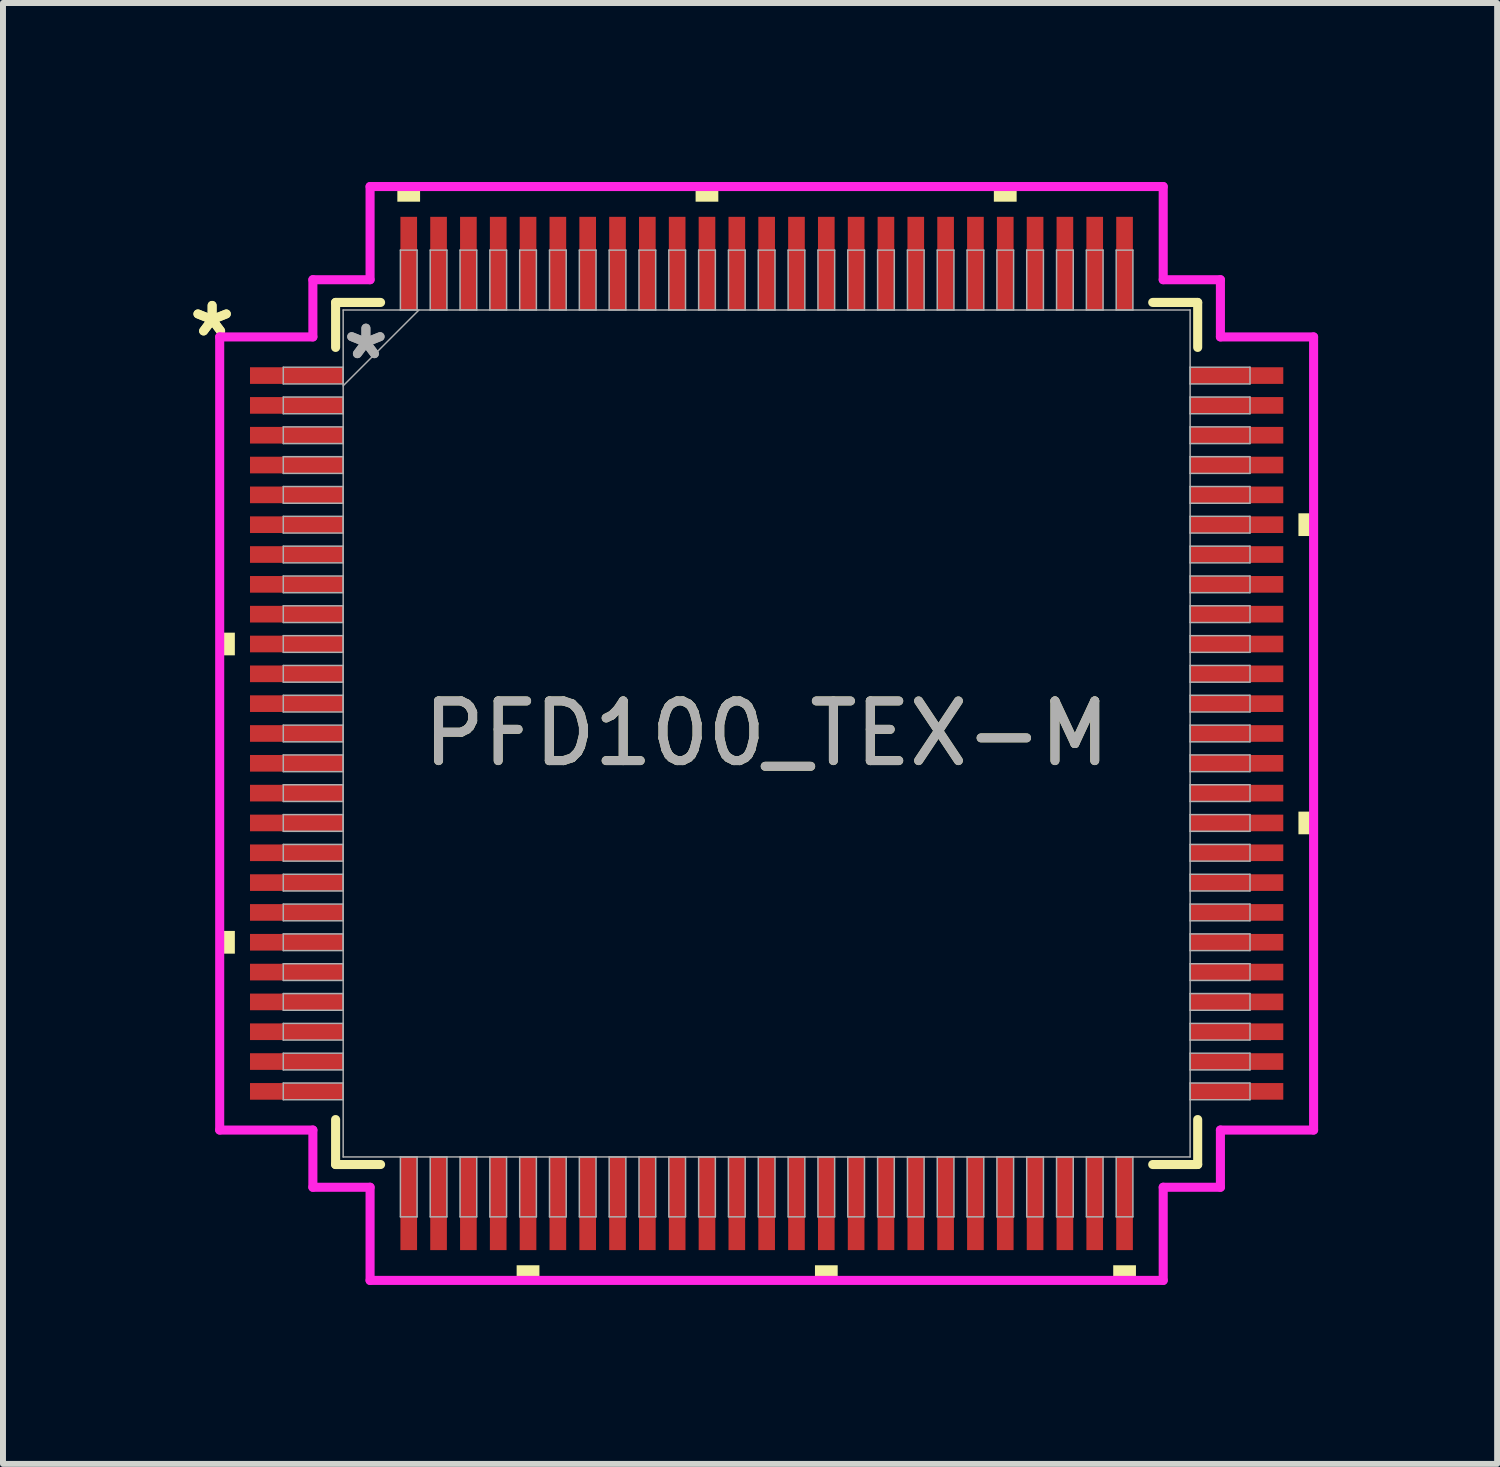
<source format=kicad_pcb>
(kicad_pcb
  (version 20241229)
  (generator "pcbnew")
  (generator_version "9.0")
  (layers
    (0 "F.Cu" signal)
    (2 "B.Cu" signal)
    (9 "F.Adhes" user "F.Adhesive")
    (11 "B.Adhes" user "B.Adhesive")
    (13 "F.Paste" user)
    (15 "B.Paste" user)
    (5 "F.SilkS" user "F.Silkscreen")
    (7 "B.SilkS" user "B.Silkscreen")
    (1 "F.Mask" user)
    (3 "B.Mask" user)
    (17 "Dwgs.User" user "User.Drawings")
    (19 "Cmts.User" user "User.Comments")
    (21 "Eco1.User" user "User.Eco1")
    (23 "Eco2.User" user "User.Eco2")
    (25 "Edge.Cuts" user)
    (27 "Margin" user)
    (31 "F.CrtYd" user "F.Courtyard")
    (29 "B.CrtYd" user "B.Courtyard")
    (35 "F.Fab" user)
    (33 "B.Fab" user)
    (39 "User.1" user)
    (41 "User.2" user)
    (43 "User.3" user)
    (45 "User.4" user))
  (footprint "PFD100_TEX-M"
    (layer "F.Cu")
    (at 9.802 9.246)
    (property "Reference" "PFD100_TEX-M" (at 0 0 0) (unlocked yes) (layer "F.SilkS") (effects (font (size 1 1) (thickness 0.15))))
    (attr smd)
    (fp_line (start -7.226 -7.226) (end -7.226 -6.472) (stroke (width 0.152) (type solid)) (layer "F.SilkS"))
    (fp_line (start -7.226 6.472) (end -7.226 7.226) (stroke (width 0.152) (type solid)) (layer "F.SilkS"))
    (fp_line (start -7.226 7.226) (end -6.472 7.226) (stroke (width 0.152) (type solid)) (layer "F.SilkS"))
    (fp_line (start -6.472 -7.226) (end -7.226 -7.226) (stroke (width 0.152) (type solid)) (layer "F.SilkS"))
    (fp_line (start 6.472 7.226) (end 7.226 7.226) (stroke (width 0.152) (type solid)) (layer "F.SilkS"))
    (fp_line (start 7.226 -7.226) (end 6.472 -7.226) (stroke (width 0.152) (type solid)) (layer "F.SilkS"))
    (fp_line (start 7.226 -6.472) (end 7.226 -7.226) (stroke (width 0.152) (type solid)) (layer "F.SilkS"))
    (fp_line (start 7.226 7.226) (end 7.226 6.472) (stroke (width 0.152) (type solid)) (layer "F.SilkS"))
    (fp_poly (pts (xy -9.169 -1.69) (xy -9.169 -1.31) (xy -8.915 -1.31) (xy -8.915 -1.69)) (stroke (width 0) (type solid)) (fill yes) (layer "F.SilkS"))
    (fp_poly (pts (xy -9.169 3.31) (xy -9.169 3.691) (xy -8.915 3.691) (xy -8.915 3.31)) (stroke (width 0) (type solid)) (fill yes) (layer "F.SilkS"))
    (fp_poly (pts (xy -6.191 -8.915) (xy -6.191 -9.169) (xy -5.81 -9.169) (xy -5.81 -8.915)) (stroke (width 0) (type solid)) (fill yes) (layer "F.SilkS"))
    (fp_poly (pts (xy -4.191 8.915) (xy -4.191 9.169) (xy -3.809 9.169) (xy -3.809 8.915)) (stroke (width 0) (type solid)) (fill yes) (layer "F.SilkS"))
    (fp_poly (pts (xy -1.191 -8.915) (xy -1.191 -9.169) (xy -0.81 -9.169) (xy -0.81 -8.915)) (stroke (width 0) (type solid)) (fill yes) (layer "F.SilkS"))
    (fp_poly (pts (xy 0.81 8.915) (xy 0.81 9.169) (xy 1.191 9.169) (xy 1.191 8.915)) (stroke (width 0) (type solid)) (fill yes) (layer "F.SilkS"))
    (fp_poly (pts (xy 3.809 -8.915) (xy 3.809 -9.169) (xy 4.191 -9.169) (xy 4.191 -8.915)) (stroke (width 0) (type solid)) (fill yes) (layer "F.SilkS"))
    (fp_poly (pts (xy 5.81 8.915) (xy 5.81 9.169) (xy 6.191 9.169) (xy 6.191 8.915)) (stroke (width 0) (type solid)) (fill yes) (layer "F.SilkS"))
    (fp_poly (pts (xy 9.169 -3.691) (xy 9.169 -3.31) (xy 8.915 -3.31) (xy 8.915 -3.691)) (stroke (width 0) (type solid)) (fill yes) (layer "F.SilkS"))
    (fp_poly (pts (xy 9.169 1.31) (xy 9.169 1.69) (xy 8.915 1.69) (xy 8.915 1.31)) (stroke (width 0) (type solid)) (fill yes) (layer "F.SilkS"))
    (fp_line (start -9.169 -6.648) (end -7.607 -6.648) (stroke (width 0.152) (type solid)) (layer "F.CrtYd"))
    (fp_line (start -9.169 6.648) (end -9.169 -6.648) (stroke (width 0.152) (type solid)) (layer "F.CrtYd"))
    (fp_line (start -7.607 -7.607) (end -6.648 -7.607) (stroke (width 0.152) (type solid)) (layer "F.CrtYd"))
    (fp_line (start -7.607 -6.648) (end -7.607 -7.607) (stroke (width 0.152) (type solid)) (layer "F.CrtYd"))
    (fp_line (start -7.607 6.648) (end -9.169 6.648) (stroke (width 0.152) (type solid)) (layer "F.CrtYd"))
    (fp_line (start -7.607 7.607) (end -7.607 6.648) (stroke (width 0.152) (type solid)) (layer "F.CrtYd"))
    (fp_line (start -7.607 7.607) (end -6.648 7.607) (stroke (width 0.152) (type solid)) (layer "F.CrtYd"))
    (fp_line (start -6.648 -9.169) (end 6.648 -9.169) (stroke (width 0.152) (type solid)) (layer "F.CrtYd"))
    (fp_line (start -6.648 -7.607) (end -6.648 -9.169) (stroke (width 0.152) (type solid)) (layer "F.CrtYd"))
    (fp_line (start -6.648 7.607) (end -6.648 9.169) (stroke (width 0.152) (type solid)) (layer "F.CrtYd"))
    (fp_line (start -6.648 9.169) (end 6.648 9.169) (stroke (width 0.152) (type solid)) (layer "F.CrtYd"))
    (fp_line (start 6.648 -9.169) (end 6.648 -7.607) (stroke (width 0.152) (type solid)) (layer "F.CrtYd"))
    (fp_line (start 6.648 -7.607) (end 7.607 -7.607) (stroke (width 0.152) (type solid)) (layer "F.CrtYd"))
    (fp_line (start 6.648 7.607) (end 7.607 7.607) (stroke (width 0.152) (type solid)) (layer "F.CrtYd"))
    (fp_line (start 6.648 9.169) (end 6.648 7.607) (stroke (width 0.152) (type solid)) (layer "F.CrtYd"))
    (fp_line (start 7.607 -6.648) (end 7.607 -7.607) (stroke (width 0.152) (type solid)) (layer "F.CrtYd"))
    (fp_line (start 7.607 6.648) (end 9.169 6.648) (stroke (width 0.152) (type solid)) (layer "F.CrtYd"))
    (fp_line (start 7.607 7.607) (end 7.607 6.648) (stroke (width 0.152) (type solid)) (layer "F.CrtYd"))
    (fp_line (start 9.169 -6.648) (end 7.607 -6.648) (stroke (width 0.152) (type solid)) (layer "F.CrtYd"))
    (fp_line (start 9.169 6.648) (end 9.169 -6.648) (stroke (width 0.152) (type solid)) (layer "F.CrtYd"))
    (fp_line (start -8.103 -6.14) (end -8.103 -5.86) (stroke (width 0.025) (type solid)) (layer "F.Fab"))
    (fp_line (start -8.103 -5.86) (end -7.099 -5.86) (stroke (width 0.025) (type solid)) (layer "F.Fab"))
    (fp_line (start -8.103 -5.64) (end -8.103 -5.36) (stroke (width 0.025) (type solid)) (layer "F.Fab"))
    (fp_line (start -8.103 -5.36) (end -7.099 -5.36) (stroke (width 0.025) (type solid)) (layer "F.Fab"))
    (fp_line (start -8.103 -5.14) (end -8.103 -4.86) (stroke (width 0.025) (type solid)) (layer "F.Fab"))
    (fp_line (start -8.103 -4.86) (end -7.099 -4.86) (stroke (width 0.025) (type solid)) (layer "F.Fab"))
    (fp_line (start -8.103 -4.64) (end -8.103 -4.36) (stroke (width 0.025) (type solid)) (layer "F.Fab"))
    (fp_line (start -8.103 -4.36) (end -7.099 -4.36) (stroke (width 0.025) (type solid)) (layer "F.Fab"))
    (fp_line (start -8.103 -4.14) (end -8.103 -3.86) (stroke (width 0.025) (type solid)) (layer "F.Fab"))
    (fp_line (start -8.103 -3.86) (end -7.099 -3.86) (stroke (width 0.025) (type solid)) (layer "F.Fab"))
    (fp_line (start -8.103 -3.64) (end -8.103 -3.36) (stroke (width 0.025) (type solid)) (layer "F.Fab"))
    (fp_line (start -8.103 -3.36) (end -7.099 -3.36) (stroke (width 0.025) (type solid)) (layer "F.Fab"))
    (fp_line (start -8.103 -3.14) (end -8.103 -2.86) (stroke (width 0.025) (type solid)) (layer "F.Fab"))
    (fp_line (start -8.103 -2.86) (end -7.099 -2.86) (stroke (width 0.025) (type solid)) (layer "F.Fab"))
    (fp_line (start -8.103 -2.64) (end -8.103 -2.36) (stroke (width 0.025) (type solid)) (layer "F.Fab"))
    (fp_line (start -8.103 -2.36) (end -7.099 -2.36) (stroke (width 0.025) (type solid)) (layer "F.Fab"))
    (fp_line (start -8.103 -2.14) (end -8.103 -1.86) (stroke (width 0.025) (type solid)) (layer "F.Fab"))
    (fp_line (start -8.103 -1.86) (end -7.099 -1.86) (stroke (width 0.025) (type solid)) (layer "F.Fab"))
    (fp_line (start -8.103 -1.64) (end -8.103 -1.36) (stroke (width 0.025) (type solid)) (layer "F.Fab"))
    (fp_line (start -8.103 -1.36) (end -7.099 -1.36) (stroke (width 0.025) (type solid)) (layer "F.Fab"))
    (fp_line (start -8.103 -1.14) (end -8.103 -0.86) (stroke (width 0.025) (type solid)) (layer "F.Fab"))
    (fp_line (start -8.103 -0.86) (end -7.099 -0.86) (stroke (width 0.025) (type solid)) (layer "F.Fab"))
    (fp_line (start -8.103 -0.64) (end -8.103 -0.36) (stroke (width 0.025) (type solid)) (layer "F.Fab"))
    (fp_line (start -8.103 -0.36) (end -7.099 -0.36) (stroke (width 0.025) (type solid)) (layer "F.Fab"))
    (fp_line (start -8.103 -0.14) (end -8.103 0.14) (stroke (width 0.025) (type solid)) (layer "F.Fab"))
    (fp_line (start -8.103 0.14) (end -7.099 0.14) (stroke (width 0.025) (type solid)) (layer "F.Fab"))
    (fp_line (start -8.103 0.36) (end -8.103 0.64) (stroke (width 0.025) (type solid)) (layer "F.Fab"))
    (fp_line (start -8.103 0.64) (end -7.099 0.64) (stroke (width 0.025) (type solid)) (layer "F.Fab"))
    (fp_line (start -8.103 0.86) (end -8.103 1.14) (stroke (width 0.025) (type solid)) (layer "F.Fab"))
    (fp_line (start -8.103 1.14) (end -7.099 1.14) (stroke (width 0.025) (type solid)) (layer "F.Fab"))
    (fp_line (start -8.103 1.36) (end -8.103 1.64) (stroke (width 0.025) (type solid)) (layer "F.Fab"))
    (fp_line (start -8.103 1.64) (end -7.099 1.64) (stroke (width 0.025) (type solid)) (layer "F.Fab"))
    (fp_line (start -8.103 1.86) (end -8.103 2.14) (stroke (width 0.025) (type solid)) (layer "F.Fab"))
    (fp_line (start -8.103 2.14) (end -7.099 2.14) (stroke (width 0.025) (type solid)) (layer "F.Fab"))
    (fp_line (start -8.103 2.36) (end -8.103 2.64) (stroke (width 0.025) (type solid)) (layer "F.Fab"))
    (fp_line (start -8.103 2.64) (end -7.099 2.64) (stroke (width 0.025) (type solid)) (layer "F.Fab"))
    (fp_line (start -8.103 2.86) (end -8.103 3.14) (stroke (width 0.025) (type solid)) (layer "F.Fab"))
    (fp_line (start -8.103 3.14) (end -7.099 3.14) (stroke (width 0.025) (type solid)) (layer "F.Fab"))
    (fp_line (start -8.103 3.36) (end -8.103 3.64) (stroke (width 0.025) (type solid)) (layer "F.Fab"))
    (fp_line (start -8.103 3.64) (end -7.099 3.64) (stroke (width 0.025) (type solid)) (layer "F.Fab"))
    (fp_line (start -8.103 3.86) (end -8.103 4.14) (stroke (width 0.025) (type solid)) (layer "F.Fab"))
    (fp_line (start -8.103 4.14) (end -7.099 4.14) (stroke (width 0.025) (type solid)) (layer "F.Fab"))
    (fp_line (start -8.103 4.36) (end -8.103 4.64) (stroke (width 0.025) (type solid)) (layer "F.Fab"))
    (fp_line (start -8.103 4.64) (end -7.099 4.64) (stroke (width 0.025) (type solid)) (layer "F.Fab"))
    (fp_line (start -8.103 4.86) (end -8.103 5.14) (stroke (width 0.025) (type solid)) (layer "F.Fab"))
    (fp_line (start -8.103 5.14) (end -7.099 5.14) (stroke (width 0.025) (type solid)) (layer "F.Fab"))
    (fp_line (start -8.103 5.36) (end -8.103 5.64) (stroke (width 0.025) (type solid)) (layer "F.Fab"))
    (fp_line (start -8.103 5.64) (end -7.099 5.64) (stroke (width 0.025) (type solid)) (layer "F.Fab"))
    (fp_line (start -8.103 5.86) (end -8.103 6.14) (stroke (width 0.025) (type solid)) (layer "F.Fab"))
    (fp_line (start -8.103 6.14) (end -7.099 6.14) (stroke (width 0.025) (type solid)) (layer "F.Fab"))
    (fp_line (start -7.099 -7.099) (end -7.099 7.099) (stroke (width 0.025) (type solid)) (layer "F.Fab"))
    (fp_line (start -7.099 -6.14) (end -8.103 -6.14) (stroke (width 0.025) (type solid)) (layer "F.Fab"))
    (fp_line (start -7.099 -5.86) (end -7.099 -6.14) (stroke (width 0.025) (type solid)) (layer "F.Fab"))
    (fp_line (start -7.099 -5.829) (end -5.829 -7.099) (stroke (width 0.025) (type solid)) (layer "F.Fab"))
    (fp_line (start -7.099 -5.64) (end -8.103 -5.64) (stroke (width 0.025) (type solid)) (layer "F.Fab"))
    (fp_line (start -7.099 -5.36) (end -7.099 -5.64) (stroke (width 0.025) (type solid)) (layer "F.Fab"))
    (fp_line (start -7.099 -5.14) (end -8.103 -5.14) (stroke (width 0.025) (type solid)) (layer "F.Fab"))
    (fp_line (start -7.099 -4.86) (end -7.099 -5.14) (stroke (width 0.025) (type solid)) (layer "F.Fab"))
    (fp_line (start -7.099 -4.64) (end -8.103 -4.64) (stroke (width 0.025) (type solid)) (layer "F.Fab"))
    (fp_line (start -7.099 -4.36) (end -7.099 -4.64) (stroke (width 0.025) (type solid)) (layer "F.Fab"))
    (fp_line (start -7.099 -4.14) (end -8.103 -4.14) (stroke (width 0.025) (type solid)) (layer "F.Fab"))
    (fp_line (start -7.099 -3.86) (end -7.099 -4.14) (stroke (width 0.025) (type solid)) (layer "F.Fab"))
    (fp_line (start -7.099 -3.64) (end -8.103 -3.64) (stroke (width 0.025) (type solid)) (layer "F.Fab"))
    (fp_line (start -7.099 -3.36) (end -7.099 -3.64) (stroke (width 0.025) (type solid)) (layer "F.Fab"))
    (fp_line (start -7.099 -3.14) (end -8.103 -3.14) (stroke (width 0.025) (type solid)) (layer "F.Fab"))
    (fp_line (start -7.099 -2.86) (end -7.099 -3.14) (stroke (width 0.025) (type solid)) (layer "F.Fab"))
    (fp_line (start -7.099 -2.64) (end -8.103 -2.64) (stroke (width 0.025) (type solid)) (layer "F.Fab"))
    (fp_line (start -7.099 -2.36) (end -7.099 -2.64) (stroke (width 0.025) (type solid)) (layer "F.Fab"))
    (fp_line (start -7.099 -2.14) (end -8.103 -2.14) (stroke (width 0.025) (type solid)) (layer "F.Fab"))
    (fp_line (start -7.099 -1.86) (end -7.099 -2.14) (stroke (width 0.025) (type solid)) (layer "F.Fab"))
    (fp_line (start -7.099 -1.64) (end -8.103 -1.64) (stroke (width 0.025) (type solid)) (layer "F.Fab"))
    (fp_line (start -7.099 -1.36) (end -7.099 -1.64) (stroke (width 0.025) (type solid)) (layer "F.Fab"))
    (fp_line (start -7.099 -1.14) (end -8.103 -1.14) (stroke (width 0.025) (type solid)) (layer "F.Fab"))
    (fp_line (start -7.099 -0.86) (end -7.099 -1.14) (stroke (width 0.025) (type solid)) (layer "F.Fab"))
    (fp_line (start -7.099 -0.64) (end -8.103 -0.64) (stroke (width 0.025) (type solid)) (layer "F.Fab"))
    (fp_line (start -7.099 -0.36) (end -7.099 -0.64) (stroke (width 0.025) (type solid)) (layer "F.Fab"))
    (fp_line (start -7.099 -0.14) (end -8.103 -0.14) (stroke (width 0.025) (type solid)) (layer "F.Fab"))
    (fp_line (start -7.099 0.14) (end -7.099 -0.14) (stroke (width 0.025) (type solid)) (layer "F.Fab"))
    (fp_line (start -7.099 0.36) (end -8.103 0.36) (stroke (width 0.025) (type solid)) (layer "F.Fab"))
    (fp_line (start -7.099 0.64) (end -7.099 0.36) (stroke (width 0.025) (type solid)) (layer "F.Fab"))
    (fp_line (start -7.099 0.86) (end -8.103 0.86) (stroke (width 0.025) (type solid)) (layer "F.Fab"))
    (fp_line (start -7.099 1.14) (end -7.099 0.86) (stroke (width 0.025) (type solid)) (layer "F.Fab"))
    (fp_line (start -7.099 1.36) (end -8.103 1.36) (stroke (width 0.025) (type solid)) (layer "F.Fab"))
    (fp_line (start -7.099 1.64) (end -7.099 1.36) (stroke (width 0.025) (type solid)) (layer "F.Fab"))
    (fp_line (start -7.099 1.86) (end -8.103 1.86) (stroke (width 0.025) (type solid)) (layer "F.Fab"))
    (fp_line (start -7.099 2.14) (end -7.099 1.86) (stroke (width 0.025) (type solid)) (layer "F.Fab"))
    (fp_line (start -7.099 2.36) (end -8.103 2.36) (stroke (width 0.025) (type solid)) (layer "F.Fab"))
    (fp_line (start -7.099 2.64) (end -7.099 2.36) (stroke (width 0.025) (type solid)) (layer "F.Fab"))
    (fp_line (start -7.099 2.86) (end -8.103 2.86) (stroke (width 0.025) (type solid)) (layer "F.Fab"))
    (fp_line (start -7.099 3.14) (end -7.099 2.86) (stroke (width 0.025) (type solid)) (layer "F.Fab"))
    (fp_line (start -7.099 3.36) (end -8.103 3.36) (stroke (width 0.025) (type solid)) (layer "F.Fab"))
    (fp_line (start -7.099 3.64) (end -7.099 3.36) (stroke (width 0.025) (type solid)) (layer "F.Fab"))
    (fp_line (start -7.099 3.86) (end -8.103 3.86) (stroke (width 0.025) (type solid)) (layer "F.Fab"))
    (fp_line (start -7.099 4.14) (end -7.099 3.86) (stroke (width 0.025) (type solid)) (layer "F.Fab"))
    (fp_line (start -7.099 4.36) (end -8.103 4.36) (stroke (width 0.025) (type solid)) (layer "F.Fab"))
    (fp_line (start -7.099 4.64) (end -7.099 4.36) (stroke (width 0.025) (type solid)) (layer "F.Fab"))
    (fp_line (start -7.099 4.86) (end -8.103 4.86) (stroke (width 0.025) (type solid)) (layer "F.Fab"))
    (fp_line (start -7.099 5.14) (end -7.099 4.86) (stroke (width 0.025) (type solid)) (layer "F.Fab"))
    (fp_line (start -7.099 5.36) (end -8.103 5.36) (stroke (width 0.025) (type solid)) (layer "F.Fab"))
    (fp_line (start -7.099 5.64) (end -7.099 5.36) (stroke (width 0.025) (type solid)) (layer "F.Fab"))
    (fp_line (start -7.099 5.86) (end -8.103 5.86) (stroke (width 0.025) (type solid)) (layer "F.Fab"))
    (fp_line (start -7.099 6.14) (end -7.099 5.86) (stroke (width 0.025) (type solid)) (layer "F.Fab"))
    (fp_line (start -7.099 7.099) (end 7.099 7.099) (stroke (width 0.025) (type solid)) (layer "F.Fab"))
    (fp_line (start -6.14 -8.103) (end -6.14 -7.099) (stroke (width 0.025) (type solid)) (layer "F.Fab"))
    (fp_line (start -6.14 -7.099) (end -5.86 -7.099) (stroke (width 0.025) (type solid)) (layer "F.Fab"))
    (fp_line (start -6.14 7.099) (end -6.14 8.103) (stroke (width 0.025) (type solid)) (layer "F.Fab"))
    (fp_line (start -6.14 8.103) (end -5.86 8.103) (stroke (width 0.025) (type solid)) (layer "F.Fab"))
    (fp_line (start -5.86 -8.103) (end -6.14 -8.103) (stroke (width 0.025) (type solid)) (layer "F.Fab"))
    (fp_line (start -5.86 -7.099) (end -5.86 -8.103) (stroke (width 0.025) (type solid)) (layer "F.Fab"))
    (fp_line (start -5.86 7.099) (end -6.14 7.099) (stroke (width 0.025) (type solid)) (layer "F.Fab"))
    (fp_line (start -5.86 8.103) (end -5.86 7.099) (stroke (width 0.025) (type solid)) (layer "F.Fab"))
    (fp_line (start -5.64 -8.103) (end -5.64 -7.099) (stroke (width 0.025) (type solid)) (layer "F.Fab"))
    (fp_line (start -5.64 -7.099) (end -5.36 -7.099) (stroke (width 0.025) (type solid)) (layer "F.Fab"))
    (fp_line (start -5.64 7.099) (end -5.64 8.103) (stroke (width 0.025) (type solid)) (layer "F.Fab"))
    (fp_line (start -5.64 8.103) (end -5.36 8.103) (stroke (width 0.025) (type solid)) (layer "F.Fab"))
    (fp_line (start -5.36 -8.103) (end -5.64 -8.103) (stroke (width 0.025) (type solid)) (layer "F.Fab"))
    (fp_line (start -5.36 -7.099) (end -5.36 -8.103) (stroke (width 0.025) (type solid)) (layer "F.Fab"))
    (fp_line (start -5.36 7.099) (end -5.64 7.099) (stroke (width 0.025) (type solid)) (layer "F.Fab"))
    (fp_line (start -5.36 8.103) (end -5.36 7.099) (stroke (width 0.025) (type solid)) (layer "F.Fab"))
    (fp_line (start -5.14 -8.103) (end -5.14 -7.099) (stroke (width 0.025) (type solid)) (layer "F.Fab"))
    (fp_line (start -5.14 -7.099) (end -4.86 -7.099) (stroke (width 0.025) (type solid)) (layer "F.Fab"))
    (fp_line (start -5.14 7.099) (end -5.14 8.103) (stroke (width 0.025) (type solid)) (layer "F.Fab"))
    (fp_line (start -5.14 8.103) (end -4.86 8.103) (stroke (width 0.025) (type solid)) (layer "F.Fab"))
    (fp_line (start -4.86 -8.103) (end -5.14 -8.103) (stroke (width 0.025) (type solid)) (layer "F.Fab"))
    (fp_line (start -4.86 -7.099) (end -4.86 -8.103) (stroke (width 0.025) (type solid)) (layer "F.Fab"))
    (fp_line (start -4.86 7.099) (end -5.14 7.099) (stroke (width 0.025) (type solid)) (layer "F.Fab"))
    (fp_line (start -4.86 8.103) (end -4.86 7.099) (stroke (width 0.025) (type solid)) (layer "F.Fab"))
    (fp_line (start -4.64 -8.103) (end -4.64 -7.099) (stroke (width 0.025) (type solid)) (layer "F.Fab"))
    (fp_line (start -4.64 -7.099) (end -4.36 -7.099) (stroke (width 0.025) (type solid)) (layer "F.Fab"))
    (fp_line (start -4.64 7.099) (end -4.64 8.103) (stroke (width 0.025) (type solid)) (layer "F.Fab"))
    (fp_line (start -4.64 8.103) (end -4.36 8.103) (stroke (width 0.025) (type solid)) (layer "F.Fab"))
    (fp_line (start -4.36 -8.103) (end -4.64 -8.103) (stroke (width 0.025) (type solid)) (layer "F.Fab"))
    (fp_line (start -4.36 -7.099) (end -4.36 -8.103) (stroke (width 0.025) (type solid)) (layer "F.Fab"))
    (fp_line (start -4.36 7.099) (end -4.64 7.099) (stroke (width 0.025) (type solid)) (layer "F.Fab"))
    (fp_line (start -4.36 8.103) (end -4.36 7.099) (stroke (width 0.025) (type solid)) (layer "F.Fab"))
    (fp_line (start -4.14 -8.103) (end -4.14 -7.099) (stroke (width 0.025) (type solid)) (layer "F.Fab"))
    (fp_line (start -4.14 -7.099) (end -3.86 -7.099) (stroke (width 0.025) (type solid)) (layer "F.Fab"))
    (fp_line (start -4.14 7.099) (end -4.14 8.103) (stroke (width 0.025) (type solid)) (layer "F.Fab"))
    (fp_line (start -4.14 8.103) (end -3.86 8.103) (stroke (width 0.025) (type solid)) (layer "F.Fab"))
    (fp_line (start -3.86 -8.103) (end -4.14 -8.103) (stroke (width 0.025) (type solid)) (layer "F.Fab"))
    (fp_line (start -3.86 -7.099) (end -3.86 -8.103) (stroke (width 0.025) (type solid)) (layer "F.Fab"))
    (fp_line (start -3.86 7.099) (end -4.14 7.099) (stroke (width 0.025) (type solid)) (layer "F.Fab"))
    (fp_line (start -3.86 8.103) (end -3.86 7.099) (stroke (width 0.025) (type solid)) (layer "F.Fab"))
    (fp_line (start -3.64 -8.103) (end -3.64 -7.099) (stroke (width 0.025) (type solid)) (layer "F.Fab"))
    (fp_line (start -3.64 -7.099) (end -3.36 -7.099) (stroke (width 0.025) (type solid)) (layer "F.Fab"))
    (fp_line (start -3.64 7.099) (end -3.64 8.103) (stroke (width 0.025) (type solid)) (layer "F.Fab"))
    (fp_line (start -3.64 8.103) (end -3.36 8.103) (stroke (width 0.025) (type solid)) (layer "F.Fab"))
    (fp_line (start -3.36 -8.103) (end -3.64 -8.103) (stroke (width 0.025) (type solid)) (layer "F.Fab"))
    (fp_line (start -3.36 -7.099) (end -3.36 -8.103) (stroke (width 0.025) (type solid)) (layer "F.Fab"))
    (fp_line (start -3.36 7.099) (end -3.64 7.099) (stroke (width 0.025) (type solid)) (layer "F.Fab"))
    (fp_line (start -3.36 8.103) (end -3.36 7.099) (stroke (width 0.025) (type solid)) (layer "F.Fab"))
    (fp_line (start -3.14 -8.103) (end -3.14 -7.099) (stroke (width 0.025) (type solid)) (layer "F.Fab"))
    (fp_line (start -3.14 -7.099) (end -2.86 -7.099) (stroke (width 0.025) (type solid)) (layer "F.Fab"))
    (fp_line (start -3.14 7.099) (end -3.14 8.103) (stroke (width 0.025) (type solid)) (layer "F.Fab"))
    (fp_line (start -3.14 8.103) (end -2.86 8.103) (stroke (width 0.025) (type solid)) (layer "F.Fab"))
    (fp_line (start -2.86 -8.103) (end -3.14 -8.103) (stroke (width 0.025) (type solid)) (layer "F.Fab"))
    (fp_line (start -2.86 -7.099) (end -2.86 -8.103) (stroke (width 0.025) (type solid)) (layer "F.Fab"))
    (fp_line (start -2.86 7.099) (end -3.14 7.099) (stroke (width 0.025) (type solid)) (layer "F.Fab"))
    (fp_line (start -2.86 8.103) (end -2.86 7.099) (stroke (width 0.025) (type solid)) (layer "F.Fab"))
    (fp_line (start -2.64 -8.103) (end -2.64 -7.099) (stroke (width 0.025) (type solid)) (layer "F.Fab"))
    (fp_line (start -2.64 -7.099) (end -2.36 -7.099) (stroke (width 0.025) (type solid)) (layer "F.Fab"))
    (fp_line (start -2.64 7.099) (end -2.64 8.103) (stroke (width 0.025) (type solid)) (layer "F.Fab"))
    (fp_line (start -2.64 8.103) (end -2.36 8.103) (stroke (width 0.025) (type solid)) (layer "F.Fab"))
    (fp_line (start -2.36 -8.103) (end -2.64 -8.103) (stroke (width 0.025) (type solid)) (layer "F.Fab"))
    (fp_line (start -2.36 -7.099) (end -2.36 -8.103) (stroke (width 0.025) (type solid)) (layer "F.Fab"))
    (fp_line (start -2.36 7.099) (end -2.64 7.099) (stroke (width 0.025) (type solid)) (layer "F.Fab"))
    (fp_line (start -2.36 8.103) (end -2.36 7.099) (stroke (width 0.025) (type solid)) (layer "F.Fab"))
    (fp_line (start -2.14 -8.103) (end -2.14 -7.099) (stroke (width 0.025) (type solid)) (layer "F.Fab"))
    (fp_line (start -2.14 -7.099) (end -1.86 -7.099) (stroke (width 0.025) (type solid)) (layer "F.Fab"))
    (fp_line (start -2.14 7.099) (end -2.14 8.103) (stroke (width 0.025) (type solid)) (layer "F.Fab"))
    (fp_line (start -2.14 8.103) (end -1.86 8.103) (stroke (width 0.025) (type solid)) (layer "F.Fab"))
    (fp_line (start -1.86 -8.103) (end -2.14 -8.103) (stroke (width 0.025) (type solid)) (layer "F.Fab"))
    (fp_line (start -1.86 -7.099) (end -1.86 -8.103) (stroke (width 0.025) (type solid)) (layer "F.Fab"))
    (fp_line (start -1.86 7.099) (end -2.14 7.099) (stroke (width 0.025) (type solid)) (layer "F.Fab"))
    (fp_line (start -1.86 8.103) (end -1.86 7.099) (stroke (width 0.025) (type solid)) (layer "F.Fab"))
    (fp_line (start -1.64 -8.103) (end -1.64 -7.099) (stroke (width 0.025) (type solid)) (layer "F.Fab"))
    (fp_line (start -1.64 -7.099) (end -1.36 -7.099) (stroke (width 0.025) (type solid)) (layer "F.Fab"))
    (fp_line (start -1.64 7.099) (end -1.64 8.103) (stroke (width 0.025) (type solid)) (layer "F.Fab"))
    (fp_line (start -1.64 8.103) (end -1.36 8.103) (stroke (width 0.025) (type solid)) (layer "F.Fab"))
    (fp_line (start -1.36 -8.103) (end -1.64 -8.103) (stroke (width 0.025) (type solid)) (layer "F.Fab"))
    (fp_line (start -1.36 -7.099) (end -1.36 -8.103) (stroke (width 0.025) (type solid)) (layer "F.Fab"))
    (fp_line (start -1.36 7.099) (end -1.64 7.099) (stroke (width 0.025) (type solid)) (layer "F.Fab"))
    (fp_line (start -1.36 8.103) (end -1.36 7.099) (stroke (width 0.025) (type solid)) (layer "F.Fab"))
    (fp_line (start -1.14 -8.103) (end -1.14 -7.099) (stroke (width 0.025) (type solid)) (layer "F.Fab"))
    (fp_line (start -1.14 -7.099) (end -0.86 -7.099) (stroke (width 0.025) (type solid)) (layer "F.Fab"))
    (fp_line (start -1.14 7.099) (end -1.14 8.103) (stroke (width 0.025) (type solid)) (layer "F.Fab"))
    (fp_line (start -1.14 8.103) (end -0.86 8.103) (stroke (width 0.025) (type solid)) (layer "F.Fab"))
    (fp_line (start -0.86 -8.103) (end -1.14 -8.103) (stroke (width 0.025) (type solid)) (layer "F.Fab"))
    (fp_line (start -0.86 -7.099) (end -0.86 -8.103) (stroke (width 0.025) (type solid)) (layer "F.Fab"))
    (fp_line (start -0.86 7.099) (end -1.14 7.099) (stroke (width 0.025) (type solid)) (layer "F.Fab"))
    (fp_line (start -0.86 8.103) (end -0.86 7.099) (stroke (width 0.025) (type solid)) (layer "F.Fab"))
    (fp_line (start -0.64 -8.103) (end -0.64 -7.099) (stroke (width 0.025) (type solid)) (layer "F.Fab"))
    (fp_line (start -0.64 -7.099) (end -0.36 -7.099) (stroke (width 0.025) (type solid)) (layer "F.Fab"))
    (fp_line (start -0.64 7.099) (end -0.64 8.103) (stroke (width 0.025) (type solid)) (layer "F.Fab"))
    (fp_line (start -0.64 8.103) (end -0.36 8.103) (stroke (width 0.025) (type solid)) (layer "F.Fab"))
    (fp_line (start -0.36 -8.103) (end -0.64 -8.103) (stroke (width 0.025) (type solid)) (layer "F.Fab"))
    (fp_line (start -0.36 -7.099) (end -0.36 -8.103) (stroke (width 0.025) (type solid)) (layer "F.Fab"))
    (fp_line (start -0.36 7.099) (end -0.64 7.099) (stroke (width 0.025) (type solid)) (layer "F.Fab"))
    (fp_line (start -0.36 8.103) (end -0.36 7.099) (stroke (width 0.025) (type solid)) (layer "F.Fab"))
    (fp_line (start -0.14 -8.103) (end -0.14 -7.099) (stroke (width 0.025) (type solid)) (layer "F.Fab"))
    (fp_line (start -0.14 -7.099) (end 0.14 -7.099) (stroke (width 0.025) (type solid)) (layer "F.Fab"))
    (fp_line (start -0.14 7.099) (end -0.14 8.103) (stroke (width 0.025) (type solid)) (layer "F.Fab"))
    (fp_line (start -0.14 8.103) (end 0.14 8.103) (stroke (width 0.025) (type solid)) (layer "F.Fab"))
    (fp_line (start 0.14 -8.103) (end -0.14 -8.103) (stroke (width 0.025) (type solid)) (layer "F.Fab"))
    (fp_line (start 0.14 -7.099) (end 0.14 -8.103) (stroke (width 0.025) (type solid)) (layer "F.Fab"))
    (fp_line (start 0.14 7.099) (end -0.14 7.099) (stroke (width 0.025) (type solid)) (layer "F.Fab"))
    (fp_line (start 0.14 8.103) (end 0.14 7.099) (stroke (width 0.025) (type solid)) (layer "F.Fab"))
    (fp_line (start 0.36 -8.103) (end 0.36 -7.099) (stroke (width 0.025) (type solid)) (layer "F.Fab"))
    (fp_line (start 0.36 -7.099) (end 0.64 -7.099) (stroke (width 0.025) (type solid)) (layer "F.Fab"))
    (fp_line (start 0.36 7.099) (end 0.36 8.103) (stroke (width 0.025) (type solid)) (layer "F.Fab"))
    (fp_line (start 0.36 8.103) (end 0.64 8.103) (stroke (width 0.025) (type solid)) (layer "F.Fab"))
    (fp_line (start 0.64 -8.103) (end 0.36 -8.103) (stroke (width 0.025) (type solid)) (layer "F.Fab"))
    (fp_line (start 0.64 -7.099) (end 0.64 -8.103) (stroke (width 0.025) (type solid)) (layer "F.Fab"))
    (fp_line (start 0.64 7.099) (end 0.36 7.099) (stroke (width 0.025) (type solid)) (layer "F.Fab"))
    (fp_line (start 0.64 8.103) (end 0.64 7.099) (stroke (width 0.025) (type solid)) (layer "F.Fab"))
    (fp_line (start 0.86 -8.103) (end 0.86 -7.099) (stroke (width 0.025) (type solid)) (layer "F.Fab"))
    (fp_line (start 0.86 -7.099) (end 1.14 -7.099) (stroke (width 0.025) (type solid)) (layer "F.Fab"))
    (fp_line (start 0.86 7.099) (end 0.86 8.103) (stroke (width 0.025) (type solid)) (layer "F.Fab"))
    (fp_line (start 0.86 8.103) (end 1.14 8.103) (stroke (width 0.025) (type solid)) (layer "F.Fab"))
    (fp_line (start 1.14 -8.103) (end 0.86 -8.103) (stroke (width 0.025) (type solid)) (layer "F.Fab"))
    (fp_line (start 1.14 -7.099) (end 1.14 -8.103) (stroke (width 0.025) (type solid)) (layer "F.Fab"))
    (fp_line (start 1.14 7.099) (end 0.86 7.099) (stroke (width 0.025) (type solid)) (layer "F.Fab"))
    (fp_line (start 1.14 8.103) (end 1.14 7.099) (stroke (width 0.025) (type solid)) (layer "F.Fab"))
    (fp_line (start 1.36 -8.103) (end 1.36 -7.099) (stroke (width 0.025) (type solid)) (layer "F.Fab"))
    (fp_line (start 1.36 -7.099) (end 1.64 -7.099) (stroke (width 0.025) (type solid)) (layer "F.Fab"))
    (fp_line (start 1.36 7.099) (end 1.36 8.103) (stroke (width 0.025) (type solid)) (layer "F.Fab"))
    (fp_line (start 1.36 8.103) (end 1.64 8.103) (stroke (width 0.025) (type solid)) (layer "F.Fab"))
    (fp_line (start 1.64 -8.103) (end 1.36 -8.103) (stroke (width 0.025) (type solid)) (layer "F.Fab"))
    (fp_line (start 1.64 -7.099) (end 1.64 -8.103) (stroke (width 0.025) (type solid)) (layer "F.Fab"))
    (fp_line (start 1.64 7.099) (end 1.36 7.099) (stroke (width 0.025) (type solid)) (layer "F.Fab"))
    (fp_line (start 1.64 8.103) (end 1.64 7.099) (stroke (width 0.025) (type solid)) (layer "F.Fab"))
    (fp_line (start 1.86 -8.103) (end 1.86 -7.099) (stroke (width 0.025) (type solid)) (layer "F.Fab"))
    (fp_line (start 1.86 -7.099) (end 2.14 -7.099) (stroke (width 0.025) (type solid)) (layer "F.Fab"))
    (fp_line (start 1.86 7.099) (end 1.86 8.103) (stroke (width 0.025) (type solid)) (layer "F.Fab"))
    (fp_line (start 1.86 8.103) (end 2.14 8.103) (stroke (width 0.025) (type solid)) (layer "F.Fab"))
    (fp_line (start 2.14 -8.103) (end 1.86 -8.103) (stroke (width 0.025) (type solid)) (layer "F.Fab"))
    (fp_line (start 2.14 -7.099) (end 2.14 -8.103) (stroke (width 0.025) (type solid)) (layer "F.Fab"))
    (fp_line (start 2.14 7.099) (end 1.86 7.099) (stroke (width 0.025) (type solid)) (layer "F.Fab"))
    (fp_line (start 2.14 8.103) (end 2.14 7.099) (stroke (width 0.025) (type solid)) (layer "F.Fab"))
    (fp_line (start 2.36 -8.103) (end 2.36 -7.099) (stroke (width 0.025) (type solid)) (layer "F.Fab"))
    (fp_line (start 2.36 -7.099) (end 2.64 -7.099) (stroke (width 0.025) (type solid)) (layer "F.Fab"))
    (fp_line (start 2.36 7.099) (end 2.36 8.103) (stroke (width 0.025) (type solid)) (layer "F.Fab"))
    (fp_line (start 2.36 8.103) (end 2.64 8.103) (stroke (width 0.025) (type solid)) (layer "F.Fab"))
    (fp_line (start 2.64 -8.103) (end 2.36 -8.103) (stroke (width 0.025) (type solid)) (layer "F.Fab"))
    (fp_line (start 2.64 -7.099) (end 2.64 -8.103) (stroke (width 0.025) (type solid)) (layer "F.Fab"))
    (fp_line (start 2.64 7.099) (end 2.36 7.099) (stroke (width 0.025) (type solid)) (layer "F.Fab"))
    (fp_line (start 2.64 8.103) (end 2.64 7.099) (stroke (width 0.025) (type solid)) (layer "F.Fab"))
    (fp_line (start 2.86 -8.103) (end 2.86 -7.099) (stroke (width 0.025) (type solid)) (layer "F.Fab"))
    (fp_line (start 2.86 -7.099) (end 3.14 -7.099) (stroke (width 0.025) (type solid)) (layer "F.Fab"))
    (fp_line (start 2.86 7.099) (end 2.86 8.103) (stroke (width 0.025) (type solid)) (layer "F.Fab"))
    (fp_line (start 2.86 8.103) (end 3.14 8.103) (stroke (width 0.025) (type solid)) (layer "F.Fab"))
    (fp_line (start 3.14 -8.103) (end 2.86 -8.103) (stroke (width 0.025) (type solid)) (layer "F.Fab"))
    (fp_line (start 3.14 -7.099) (end 3.14 -8.103) (stroke (width 0.025) (type solid)) (layer "F.Fab"))
    (fp_line (start 3.14 7.099) (end 2.86 7.099) (stroke (width 0.025) (type solid)) (layer "F.Fab"))
    (fp_line (start 3.14 8.103) (end 3.14 7.099) (stroke (width 0.025) (type solid)) (layer "F.Fab"))
    (fp_line (start 3.36 -8.103) (end 3.36 -7.099) (stroke (width 0.025) (type solid)) (layer "F.Fab"))
    (fp_line (start 3.36 -7.099) (end 3.64 -7.099) (stroke (width 0.025) (type solid)) (layer "F.Fab"))
    (fp_line (start 3.36 7.099) (end 3.36 8.103) (stroke (width 0.025) (type solid)) (layer "F.Fab"))
    (fp_line (start 3.36 8.103) (end 3.64 8.103) (stroke (width 0.025) (type solid)) (layer "F.Fab"))
    (fp_line (start 3.64 -8.103) (end 3.36 -8.103) (stroke (width 0.025) (type solid)) (layer "F.Fab"))
    (fp_line (start 3.64 -7.099) (end 3.64 -8.103) (stroke (width 0.025) (type solid)) (layer "F.Fab"))
    (fp_line (start 3.64 7.099) (end 3.36 7.099) (stroke (width 0.025) (type solid)) (layer "F.Fab"))
    (fp_line (start 3.64 8.103) (end 3.64 7.099) (stroke (width 0.025) (type solid)) (layer "F.Fab"))
    (fp_line (start 3.86 -8.103) (end 3.86 -7.099) (stroke (width 0.025) (type solid)) (layer "F.Fab"))
    (fp_line (start 3.86 -7.099) (end 4.14 -7.099) (stroke (width 0.025) (type solid)) (layer "F.Fab"))
    (fp_line (start 3.86 7.099) (end 3.86 8.103) (stroke (width 0.025) (type solid)) (layer "F.Fab"))
    (fp_line (start 3.86 8.103) (end 4.14 8.103) (stroke (width 0.025) (type solid)) (layer "F.Fab"))
    (fp_line (start 4.14 -8.103) (end 3.86 -8.103) (stroke (width 0.025) (type solid)) (layer "F.Fab"))
    (fp_line (start 4.14 -7.099) (end 4.14 -8.103) (stroke (width 0.025) (type solid)) (layer "F.Fab"))
    (fp_line (start 4.14 7.099) (end 3.86 7.099) (stroke (width 0.025) (type solid)) (layer "F.Fab"))
    (fp_line (start 4.14 8.103) (end 4.14 7.099) (stroke (width 0.025) (type solid)) (layer "F.Fab"))
    (fp_line (start 4.36 -8.103) (end 4.36 -7.099) (stroke (width 0.025) (type solid)) (layer "F.Fab"))
    (fp_line (start 4.36 -7.099) (end 4.64 -7.099) (stroke (width 0.025) (type solid)) (layer "F.Fab"))
    (fp_line (start 4.36 7.099) (end 4.36 8.103) (stroke (width 0.025) (type solid)) (layer "F.Fab"))
    (fp_line (start 4.36 8.103) (end 4.64 8.103) (stroke (width 0.025) (type solid)) (layer "F.Fab"))
    (fp_line (start 4.64 -8.103) (end 4.36 -8.103) (stroke (width 0.025) (type solid)) (layer "F.Fab"))
    (fp_line (start 4.64 -7.099) (end 4.64 -8.103) (stroke (width 0.025) (type solid)) (layer "F.Fab"))
    (fp_line (start 4.64 7.099) (end 4.36 7.099) (stroke (width 0.025) (type solid)) (layer "F.Fab"))
    (fp_line (start 4.64 8.103) (end 4.64 7.099) (stroke (width 0.025) (type solid)) (layer "F.Fab"))
    (fp_line (start 4.86 -8.103) (end 4.86 -7.099) (stroke (width 0.025) (type solid)) (layer "F.Fab"))
    (fp_line (start 4.86 -7.099) (end 5.14 -7.099) (stroke (width 0.025) (type solid)) (layer "F.Fab"))
    (fp_line (start 4.86 7.099) (end 4.86 8.103) (stroke (width 0.025) (type solid)) (layer "F.Fab"))
    (fp_line (start 4.86 8.103) (end 5.14 8.103) (stroke (width 0.025) (type solid)) (layer "F.Fab"))
    (fp_line (start 5.14 -8.103) (end 4.86 -8.103) (stroke (width 0.025) (type solid)) (layer "F.Fab"))
    (fp_line (start 5.14 -7.099) (end 5.14 -8.103) (stroke (width 0.025) (type solid)) (layer "F.Fab"))
    (fp_line (start 5.14 7.099) (end 4.86 7.099) (stroke (width 0.025) (type solid)) (layer "F.Fab"))
    (fp_line (start 5.14 8.103) (end 5.14 7.099) (stroke (width 0.025) (type solid)) (layer "F.Fab"))
    (fp_line (start 5.36 -8.103) (end 5.36 -7.099) (stroke (width 0.025) (type solid)) (layer "F.Fab"))
    (fp_line (start 5.36 -7.099) (end 5.64 -7.099) (stroke (width 0.025) (type solid)) (layer "F.Fab"))
    (fp_line (start 5.36 7.099) (end 5.36 8.103) (stroke (width 0.025) (type solid)) (layer "F.Fab"))
    (fp_line (start 5.36 8.103) (end 5.64 8.103) (stroke (width 0.025) (type solid)) (layer "F.Fab"))
    (fp_line (start 5.64 -8.103) (end 5.36 -8.103) (stroke (width 0.025) (type solid)) (layer "F.Fab"))
    (fp_line (start 5.64 -7.099) (end 5.64 -8.103) (stroke (width 0.025) (type solid)) (layer "F.Fab"))
    (fp_line (start 5.64 7.099) (end 5.36 7.099) (stroke (width 0.025) (type solid)) (layer "F.Fab"))
    (fp_line (start 5.64 8.103) (end 5.64 7.099) (stroke (width 0.025) (type solid)) (layer "F.Fab"))
    (fp_line (start 5.86 -8.103) (end 5.86 -7.099) (stroke (width 0.025) (type solid)) (layer "F.Fab"))
    (fp_line (start 5.86 -7.099) (end 6.14 -7.099) (stroke (width 0.025) (type solid)) (layer "F.Fab"))
    (fp_line (start 5.86 7.099) (end 5.86 8.103) (stroke (width 0.025) (type solid)) (layer "F.Fab"))
    (fp_line (start 5.86 8.103) (end 6.14 8.103) (stroke (width 0.025) (type solid)) (layer "F.Fab"))
    (fp_line (start 6.14 -8.103) (end 5.86 -8.103) (stroke (width 0.025) (type solid)) (layer "F.Fab"))
    (fp_line (start 6.14 -7.099) (end 6.14 -8.103) (stroke (width 0.025) (type solid)) (layer "F.Fab"))
    (fp_line (start 6.14 7.099) (end 5.86 7.099) (stroke (width 0.025) (type solid)) (layer "F.Fab"))
    (fp_line (start 6.14 8.103) (end 6.14 7.099) (stroke (width 0.025) (type solid)) (layer "F.Fab"))
    (fp_line (start 7.099 -7.099) (end -7.099 -7.099) (stroke (width 0.025) (type solid)) (layer "F.Fab"))
    (fp_line (start 7.099 -6.14) (end 7.099 -5.86) (stroke (width 0.025) (type solid)) (layer "F.Fab"))
    (fp_line (start 7.099 -5.86) (end 8.103 -5.86) (stroke (width 0.025) (type solid)) (layer "F.Fab"))
    (fp_line (start 7.099 -5.64) (end 7.099 -5.36) (stroke (width 0.025) (type solid)) (layer "F.Fab"))
    (fp_line (start 7.099 -5.36) (end 8.103 -5.36) (stroke (width 0.025) (type solid)) (layer "F.Fab"))
    (fp_line (start 7.099 -5.14) (end 7.099 -4.86) (stroke (width 0.025) (type solid)) (layer "F.Fab"))
    (fp_line (start 7.099 -4.86) (end 8.103 -4.86) (stroke (width 0.025) (type solid)) (layer "F.Fab"))
    (fp_line (start 7.099 -4.64) (end 7.099 -4.36) (stroke (width 0.025) (type solid)) (layer "F.Fab"))
    (fp_line (start 7.099 -4.36) (end 8.103 -4.36) (stroke (width 0.025) (type solid)) (layer "F.Fab"))
    (fp_line (start 7.099 -4.14) (end 7.099 -3.86) (stroke (width 0.025) (type solid)) (layer "F.Fab"))
    (fp_line (start 7.099 -3.86) (end 8.103 -3.86) (stroke (width 0.025) (type solid)) (layer "F.Fab"))
    (fp_line (start 7.099 -3.64) (end 7.099 -3.36) (stroke (width 0.025) (type solid)) (layer "F.Fab"))
    (fp_line (start 7.099 -3.36) (end 8.103 -3.36) (stroke (width 0.025) (type solid)) (layer "F.Fab"))
    (fp_line (start 7.099 -3.14) (end 7.099 -2.86) (stroke (width 0.025) (type solid)) (layer "F.Fab"))
    (fp_line (start 7.099 -2.86) (end 8.103 -2.86) (stroke (width 0.025) (type solid)) (layer "F.Fab"))
    (fp_line (start 7.099 -2.64) (end 7.099 -2.36) (stroke (width 0.025) (type solid)) (layer "F.Fab"))
    (fp_line (start 7.099 -2.36) (end 8.103 -2.36) (stroke (width 0.025) (type solid)) (layer "F.Fab"))
    (fp_line (start 7.099 -2.14) (end 7.099 -1.86) (stroke (width 0.025) (type solid)) (layer "F.Fab"))
    (fp_line (start 7.099 -1.86) (end 8.103 -1.86) (stroke (width 0.025) (type solid)) (layer "F.Fab"))
    (fp_line (start 7.099 -1.64) (end 7.099 -1.36) (stroke (width 0.025) (type solid)) (layer "F.Fab"))
    (fp_line (start 7.099 -1.36) (end 8.103 -1.36) (stroke (width 0.025) (type solid)) (layer "F.Fab"))
    (fp_line (start 7.099 -1.14) (end 7.099 -0.86) (stroke (width 0.025) (type solid)) (layer "F.Fab"))
    (fp_line (start 7.099 -0.86) (end 8.103 -0.86) (stroke (width 0.025) (type solid)) (layer "F.Fab"))
    (fp_line (start 7.099 -0.64) (end 7.099 -0.36) (stroke (width 0.025) (type solid)) (layer "F.Fab"))
    (fp_line (start 7.099 -0.36) (end 8.103 -0.36) (stroke (width 0.025) (type solid)) (layer "F.Fab"))
    (fp_line (start 7.099 -0.14) (end 7.099 0.14) (stroke (width 0.025) (type solid)) (layer "F.Fab"))
    (fp_line (start 7.099 0.14) (end 8.103 0.14) (stroke (width 0.025) (type solid)) (layer "F.Fab"))
    (fp_line (start 7.099 0.36) (end 7.099 0.64) (stroke (width 0.025) (type solid)) (layer "F.Fab"))
    (fp_line (start 7.099 0.64) (end 8.103 0.64) (stroke (width 0.025) (type solid)) (layer "F.Fab"))
    (fp_line (start 7.099 0.86) (end 7.099 1.14) (stroke (width 0.025) (type solid)) (layer "F.Fab"))
    (fp_line (start 7.099 1.14) (end 8.103 1.14) (stroke (width 0.025) (type solid)) (layer "F.Fab"))
    (fp_line (start 7.099 1.36) (end 7.099 1.64) (stroke (width 0.025) (type solid)) (layer "F.Fab"))
    (fp_line (start 7.099 1.64) (end 8.103 1.64) (stroke (width 0.025) (type solid)) (layer "F.Fab"))
    (fp_line (start 7.099 1.86) (end 7.099 2.14) (stroke (width 0.025) (type solid)) (layer "F.Fab"))
    (fp_line (start 7.099 2.14) (end 8.103 2.14) (stroke (width 0.025) (type solid)) (layer "F.Fab"))
    (fp_line (start 7.099 2.36) (end 7.099 2.64) (stroke (width 0.025) (type solid)) (layer "F.Fab"))
    (fp_line (start 7.099 2.64) (end 8.103 2.64) (stroke (width 0.025) (type solid)) (layer "F.Fab"))
    (fp_line (start 7.099 2.86) (end 7.099 3.14) (stroke (width 0.025) (type solid)) (layer "F.Fab"))
    (fp_line (start 7.099 3.14) (end 8.103 3.14) (stroke (width 0.025) (type solid)) (layer "F.Fab"))
    (fp_line (start 7.099 3.36) (end 7.099 3.64) (stroke (width 0.025) (type solid)) (layer "F.Fab"))
    (fp_line (start 7.099 3.64) (end 8.103 3.64) (stroke (width 0.025) (type solid)) (layer "F.Fab"))
    (fp_line (start 7.099 3.86) (end 7.099 4.14) (stroke (width 0.025) (type solid)) (layer "F.Fab"))
    (fp_line (start 7.099 4.14) (end 8.103 4.14) (stroke (width 0.025) (type solid)) (layer "F.Fab"))
    (fp_line (start 7.099 4.36) (end 7.099 4.64) (stroke (width 0.025) (type solid)) (layer "F.Fab"))
    (fp_line (start 7.099 4.64) (end 8.103 4.64) (stroke (width 0.025) (type solid)) (layer "F.Fab"))
    (fp_line (start 7.099 4.86) (end 7.099 5.14) (stroke (width 0.025) (type solid)) (layer "F.Fab"))
    (fp_line (start 7.099 5.14) (end 8.103 5.14) (stroke (width 0.025) (type solid)) (layer "F.Fab"))
    (fp_line (start 7.099 5.36) (end 7.099 5.64) (stroke (width 0.025) (type solid)) (layer "F.Fab"))
    (fp_line (start 7.099 5.64) (end 8.103 5.64) (stroke (width 0.025) (type solid)) (layer "F.Fab"))
    (fp_line (start 7.099 5.86) (end 7.099 6.14) (stroke (width 0.025) (type solid)) (layer "F.Fab"))
    (fp_line (start 7.099 6.14) (end 8.103 6.14) (stroke (width 0.025) (type solid)) (layer "F.Fab"))
    (fp_line (start 7.099 7.099) (end 7.099 -7.099) (stroke (width 0.025) (type solid)) (layer "F.Fab"))
    (fp_line (start 8.103 -6.14) (end 7.099 -6.14) (stroke (width 0.025) (type solid)) (layer "F.Fab"))
    (fp_line (start 8.103 -5.86) (end 8.103 -6.14) (stroke (width 0.025) (type solid)) (layer "F.Fab"))
    (fp_line (start 8.103 -5.64) (end 7.099 -5.64) (stroke (width 0.025) (type solid)) (layer "F.Fab"))
    (fp_line (start 8.103 -5.36) (end 8.103 -5.64) (stroke (width 0.025) (type solid)) (layer "F.Fab"))
    (fp_line (start 8.103 -5.14) (end 7.099 -5.14) (stroke (width 0.025) (type solid)) (layer "F.Fab"))
    (fp_line (start 8.103 -4.86) (end 8.103 -5.14) (stroke (width 0.025) (type solid)) (layer "F.Fab"))
    (fp_line (start 8.103 -4.64) (end 7.099 -4.64) (stroke (width 0.025) (type solid)) (layer "F.Fab"))
    (fp_line (start 8.103 -4.36) (end 8.103 -4.64) (stroke (width 0.025) (type solid)) (layer "F.Fab"))
    (fp_line (start 8.103 -4.14) (end 7.099 -4.14) (stroke (width 0.025) (type solid)) (layer "F.Fab"))
    (fp_line (start 8.103 -3.86) (end 8.103 -4.14) (stroke (width 0.025) (type solid)) (layer "F.Fab"))
    (fp_line (start 8.103 -3.64) (end 7.099 -3.64) (stroke (width 0.025) (type solid)) (layer "F.Fab"))
    (fp_line (start 8.103 -3.36) (end 8.103 -3.64) (stroke (width 0.025) (type solid)) (layer "F.Fab"))
    (fp_line (start 8.103 -3.14) (end 7.099 -3.14) (stroke (width 0.025) (type solid)) (layer "F.Fab"))
    (fp_line (start 8.103 -2.86) (end 8.103 -3.14) (stroke (width 0.025) (type solid)) (layer "F.Fab"))
    (fp_line (start 8.103 -2.64) (end 7.099 -2.64) (stroke (width 0.025) (type solid)) (layer "F.Fab"))
    (fp_line (start 8.103 -2.36) (end 8.103 -2.64) (stroke (width 0.025) (type solid)) (layer "F.Fab"))
    (fp_line (start 8.103 -2.14) (end 7.099 -2.14) (stroke (width 0.025) (type solid)) (layer "F.Fab"))
    (fp_line (start 8.103 -1.86) (end 8.103 -2.14) (stroke (width 0.025) (type solid)) (layer "F.Fab"))
    (fp_line (start 8.103 -1.64) (end 7.099 -1.64) (stroke (width 0.025) (type solid)) (layer "F.Fab"))
    (fp_line (start 8.103 -1.36) (end 8.103 -1.64) (stroke (width 0.025) (type solid)) (layer "F.Fab"))
    (fp_line (start 8.103 -1.14) (end 7.099 -1.14) (stroke (width 0.025) (type solid)) (layer "F.Fab"))
    (fp_line (start 8.103 -0.86) (end 8.103 -1.14) (stroke (width 0.025) (type solid)) (layer "F.Fab"))
    (fp_line (start 8.103 -0.64) (end 7.099 -0.64) (stroke (width 0.025) (type solid)) (layer "F.Fab"))
    (fp_line (start 8.103 -0.36) (end 8.103 -0.64) (stroke (width 0.025) (type solid)) (layer "F.Fab"))
    (fp_line (start 8.103 -0.14) (end 7.099 -0.14) (stroke (width 0.025) (type solid)) (layer "F.Fab"))
    (fp_line (start 8.103 0.14) (end 8.103 -0.14) (stroke (width 0.025) (type solid)) (layer "F.Fab"))
    (fp_line (start 8.103 0.36) (end 7.099 0.36) (stroke (width 0.025) (type solid)) (layer "F.Fab"))
    (fp_line (start 8.103 0.64) (end 8.103 0.36) (stroke (width 0.025) (type solid)) (layer "F.Fab"))
    (fp_line (start 8.103 0.86) (end 7.099 0.86) (stroke (width 0.025) (type solid)) (layer "F.Fab"))
    (fp_line (start 8.103 1.14) (end 8.103 0.86) (stroke (width 0.025) (type solid)) (layer "F.Fab"))
    (fp_line (start 8.103 1.36) (end 7.099 1.36) (stroke (width 0.025) (type solid)) (layer "F.Fab"))
    (fp_line (start 8.103 1.64) (end 8.103 1.36) (stroke (width 0.025) (type solid)) (layer "F.Fab"))
    (fp_line (start 8.103 1.86) (end 7.099 1.86) (stroke (width 0.025) (type solid)) (layer "F.Fab"))
    (fp_line (start 8.103 2.14) (end 8.103 1.86) (stroke (width 0.025) (type solid)) (layer "F.Fab"))
    (fp_line (start 8.103 2.36) (end 7.099 2.36) (stroke (width 0.025) (type solid)) (layer "F.Fab"))
    (fp_line (start 8.103 2.64) (end 8.103 2.36) (stroke (width 0.025) (type solid)) (layer "F.Fab"))
    (fp_line (start 8.103 2.86) (end 7.099 2.86) (stroke (width 0.025) (type solid)) (layer "F.Fab"))
    (fp_line (start 8.103 3.14) (end 8.103 2.86) (stroke (width 0.025) (type solid)) (layer "F.Fab"))
    (fp_line (start 8.103 3.36) (end 7.099 3.36) (stroke (width 0.025) (type solid)) (layer "F.Fab"))
    (fp_line (start 8.103 3.64) (end 8.103 3.36) (stroke (width 0.025) (type solid)) (layer "F.Fab"))
    (fp_line (start 8.103 3.86) (end 7.099 3.86) (stroke (width 0.025) (type solid)) (layer "F.Fab"))
    (fp_line (start 8.103 4.14) (end 8.103 3.86) (stroke (width 0.025) (type solid)) (layer "F.Fab"))
    (fp_line (start 8.103 4.36) (end 7.099 4.36) (stroke (width 0.025) (type solid)) (layer "F.Fab"))
    (fp_line (start 8.103 4.64) (end 8.103 4.36) (stroke (width 0.025) (type solid)) (layer "F.Fab"))
    (fp_line (start 8.103 4.86) (end 7.099 4.86) (stroke (width 0.025) (type solid)) (layer "F.Fab"))
    (fp_line (start 8.103 5.14) (end 8.103 4.86) (stroke (width 0.025) (type solid)) (layer "F.Fab"))
    (fp_line (start 8.103 5.36) (end 7.099 5.36) (stroke (width 0.025) (type solid)) (layer "F.Fab"))
    (fp_line (start 8.103 5.64) (end 8.103 5.36) (stroke (width 0.025) (type solid)) (layer "F.Fab"))
    (fp_line (start 8.103 5.86) (end 7.099 5.86) (stroke (width 0.025) (type solid)) (layer "F.Fab"))
    (fp_line (start 8.103 6.14) (end 8.103 5.86) (stroke (width 0.025) (type solid)) (layer "F.Fab"))
    (fp_text user "*" (at -9.296 -6.631 0) (unlocked yes) (layer "F.SilkS") (effects (font (size 1 1) (thickness 0.15))))
    (fp_text user "*" (at -9.296 -6.631 0) (layer "F.SilkS") (effects (font (size 1 1) (thickness 0.15))))
    (fp_text user "${REFERENCE}" (at 0 0 0) (unlocked yes) (layer "F.Fab") (effects (font (size 1 1) (thickness 0.15))))
    (fp_text user "*" (at -6.718 -6.25 0) (unlocked yes) (layer "F.Fab") (effects (font (size 1 1) (thickness 0.15))))
    (fp_text user "*" (at -6.718 -6.25 0) (layer "F.Fab") (effects (font (size 1 1) (thickness 0.15))))
    (pad "1" smd rect (at -7.88 -6 90) (size 0.279 1.562) (layers "F.Cu" "F.Mask" "F.Paste"))
    (pad "2" smd rect (at -7.88 -5.5 90) (size 0.279 1.562) (layers "F.Cu" "F.Mask" "F.Paste"))
    (pad "3" smd rect (at -7.88 -5 90) (size 0.279 1.562) (layers "F.Cu" "F.Mask" "F.Paste"))
    (pad "4" smd rect (at -7.88 -4.5 90) (size 0.279 1.562) (layers "F.Cu" "F.Mask" "F.Paste"))
    (pad "5" smd rect (at -7.88 -4 90) (size 0.279 1.562) (layers "F.Cu" "F.Mask" "F.Paste"))
    (pad "6" smd rect (at -7.88 -3.5 90) (size 0.279 1.562) (layers "F.Cu" "F.Mask" "F.Paste"))
    (pad "7" smd rect (at -7.88 -3 90) (size 0.279 1.562) (layers "F.Cu" "F.Mask" "F.Paste"))
    (pad "8" smd rect (at -7.88 -2.5 90) (size 0.279 1.562) (layers "F.Cu" "F.Mask" "F.Paste"))
    (pad "9" smd rect (at -7.88 -2 90) (size 0.279 1.562) (layers "F.Cu" "F.Mask" "F.Paste"))
    (pad "10" smd rect (at -7.88 -1.5 90) (size 0.279 1.562) (layers "F.Cu" "F.Mask" "F.Paste"))
    (pad "11" smd rect (at -7.88 -1 90) (size 0.279 1.562) (layers "F.Cu" "F.Mask" "F.Paste"))
    (pad "12" smd rect (at -7.88 -0.5 90) (size 0.279 1.562) (layers "F.Cu" "F.Mask" "F.Paste"))
    (pad "13" smd rect (at -7.88 0 90) (size 0.279 1.562) (layers "F.Cu" "F.Mask" "F.Paste"))
    (pad "14" smd rect (at -7.88 0.5 90) (size 0.279 1.562) (layers "F.Cu" "F.Mask" "F.Paste"))
    (pad "15" smd rect (at -7.88 1 90) (size 0.279 1.562) (layers "F.Cu" "F.Mask" "F.Paste"))
    (pad "16" smd rect (at -7.88 1.5 90) (size 0.279 1.562) (layers "F.Cu" "F.Mask" "F.Paste"))
    (pad "17" smd rect (at -7.88 2 90) (size 0.279 1.562) (layers "F.Cu" "F.Mask" "F.Paste"))
    (pad "18" smd rect (at -7.88 2.5 90) (size 0.279 1.562) (layers "F.Cu" "F.Mask" "F.Paste"))
    (pad "19" smd rect (at -7.88 3 90) (size 0.279 1.562) (layers "F.Cu" "F.Mask" "F.Paste"))
    (pad "20" smd rect (at -7.88 3.5 90) (size 0.279 1.562) (layers "F.Cu" "F.Mask" "F.Paste"))
    (pad "21" smd rect (at -7.88 4 90) (size 0.279 1.562) (layers "F.Cu" "F.Mask" "F.Paste"))
    (pad "22" smd rect (at -7.88 4.5 90) (size 0.279 1.562) (layers "F.Cu" "F.Mask" "F.Paste"))
    (pad "23" smd rect (at -7.88 5 90) (size 0.279 1.562) (layers "F.Cu" "F.Mask" "F.Paste"))
    (pad "24" smd rect (at -7.88 5.5 90) (size 0.279 1.562) (layers "F.Cu" "F.Mask" "F.Paste"))
    (pad "25" smd rect (at -7.88 6 90) (size 0.279 1.562) (layers "F.Cu" "F.Mask" "F.Paste"))
    (pad "26" smd rect (at -6 7.88) (size 0.279 1.562) (layers "F.Cu" "F.Mask" "F.Paste"))
    (pad "27" smd rect (at -5.5 7.88) (size 0.279 1.562) (layers "F.Cu" "F.Mask" "F.Paste"))
    (pad "28" smd rect (at -5 7.88) (size 0.279 1.562) (layers "F.Cu" "F.Mask" "F.Paste"))
    (pad "29" smd rect (at -4.5 7.88) (size 0.279 1.562) (layers "F.Cu" "F.Mask" "F.Paste"))
    (pad "30" smd rect (at -4 7.88) (size 0.279 1.562) (layers "F.Cu" "F.Mask" "F.Paste"))
    (pad "31" smd rect (at -3.5 7.88) (size 0.279 1.562) (layers "F.Cu" "F.Mask" "F.Paste"))
    (pad "32" smd rect (at -3 7.88) (size 0.279 1.562) (layers "F.Cu" "F.Mask" "F.Paste"))
    (pad "33" smd rect (at -2.5 7.88) (size 0.279 1.562) (layers "F.Cu" "F.Mask" "F.Paste"))
    (pad "34" smd rect (at -2 7.88) (size 0.279 1.562) (layers "F.Cu" "F.Mask" "F.Paste"))
    (pad "35" smd rect (at -1.5 7.88) (size 0.279 1.562) (layers "F.Cu" "F.Mask" "F.Paste"))
    (pad "36" smd rect (at -1 7.88) (size 0.279 1.562) (layers "F.Cu" "F.Mask" "F.Paste"))
    (pad "37" smd rect (at -0.5 7.88) (size 0.279 1.562) (layers "F.Cu" "F.Mask" "F.Paste"))
    (pad "38" smd rect (at 0 7.88) (size 0.279 1.562) (layers "F.Cu" "F.Mask" "F.Paste"))
    (pad "39" smd rect (at 0.5 7.88) (size 0.279 1.562) (layers "F.Cu" "F.Mask" "F.Paste"))
    (pad "40" smd rect (at 1 7.88) (size 0.279 1.562) (layers "F.Cu" "F.Mask" "F.Paste"))
    (pad "41" smd rect (at 1.5 7.88) (size 0.279 1.562) (layers "F.Cu" "F.Mask" "F.Paste"))
    (pad "42" smd rect (at 2 7.88) (size 0.279 1.562) (layers "F.Cu" "F.Mask" "F.Paste"))
    (pad "43" smd rect (at 2.5 7.88) (size 0.279 1.562) (layers "F.Cu" "F.Mask" "F.Paste"))
    (pad "44" smd rect (at 3 7.88) (size 0.279 1.562) (layers "F.Cu" "F.Mask" "F.Paste"))
    (pad "45" smd rect (at 3.5 7.88) (size 0.279 1.562) (layers "F.Cu" "F.Mask" "F.Paste"))
    (pad "46" smd rect (at 4 7.88) (size 0.279 1.562) (layers "F.Cu" "F.Mask" "F.Paste"))
    (pad "47" smd rect (at 4.5 7.88) (size 0.279 1.562) (layers "F.Cu" "F.Mask" "F.Paste"))
    (pad "48" smd rect (at 5 7.88) (size 0.279 1.562) (layers "F.Cu" "F.Mask" "F.Paste"))
    (pad "49" smd rect (at 5.5 7.88) (size 0.279 1.562) (layers "F.Cu" "F.Mask" "F.Paste"))
    (pad "50" smd rect (at 6 7.88) (size 0.279 1.562) (layers "F.Cu" "F.Mask" "F.Paste"))
    (pad "51" smd rect (at 7.88 6 90) (size 0.279 1.562) (layers "F.Cu" "F.Mask" "F.Paste"))
    (pad "52" smd rect (at 7.88 5.5 90) (size 0.279 1.562) (layers "F.Cu" "F.Mask" "F.Paste"))
    (pad "53" smd rect (at 7.88 5 90) (size 0.279 1.562) (layers "F.Cu" "F.Mask" "F.Paste"))
    (pad "54" smd rect (at 7.88 4.5 90) (size 0.279 1.562) (layers "F.Cu" "F.Mask" "F.Paste"))
    (pad "55" smd rect (at 7.88 4 90) (size 0.279 1.562) (layers "F.Cu" "F.Mask" "F.Paste"))
    (pad "56" smd rect (at 7.88 3.5 90) (size 0.279 1.562) (layers "F.Cu" "F.Mask" "F.Paste"))
    (pad "57" smd rect (at 7.88 3 90) (size 0.279 1.562) (layers "F.Cu" "F.Mask" "F.Paste"))
    (pad "58" smd rect (at 7.88 2.5 90) (size 0.279 1.562) (layers "F.Cu" "F.Mask" "F.Paste"))
    (pad "59" smd rect (at 7.88 2 90) (size 0.279 1.562) (layers "F.Cu" "F.Mask" "F.Paste"))
    (pad "60" smd rect (at 7.88 1.5 90) (size 0.279 1.562) (layers "F.Cu" "F.Mask" "F.Paste"))
    (pad "61" smd rect (at 7.88 1 90) (size 0.279 1.562) (layers "F.Cu" "F.Mask" "F.Paste"))
    (pad "62" smd rect (at 7.88 0.5 90) (size 0.279 1.562) (layers "F.Cu" "F.Mask" "F.Paste"))
    (pad "63" smd rect (at 7.88 0 90) (size 0.279 1.562) (layers "F.Cu" "F.Mask" "F.Paste"))
    (pad "64" smd rect (at 7.88 -0.5 90) (size 0.279 1.562) (layers "F.Cu" "F.Mask" "F.Paste"))
    (pad "65" smd rect (at 7.88 -1 90) (size 0.279 1.562) (layers "F.Cu" "F.Mask" "F.Paste"))
    (pad "66" smd rect (at 7.88 -1.5 90) (size 0.279 1.562) (layers "F.Cu" "F.Mask" "F.Paste"))
    (pad "67" smd rect (at 7.88 -2 90) (size 0.279 1.562) (layers "F.Cu" "F.Mask" "F.Paste"))
    (pad "68" smd rect (at 7.88 -2.5 90) (size 0.279 1.562) (layers "F.Cu" "F.Mask" "F.Paste"))
    (pad "69" smd rect (at 7.88 -3 90) (size 0.279 1.562) (layers "F.Cu" "F.Mask" "F.Paste"))
    (pad "70" smd rect (at 7.88 -3.5 90) (size 0.279 1.562) (layers "F.Cu" "F.Mask" "F.Paste"))
    (pad "71" smd rect (at 7.88 -4 90) (size 0.279 1.562) (layers "F.Cu" "F.Mask" "F.Paste"))
    (pad "72" smd rect (at 7.88 -4.5 90) (size 0.279 1.562) (layers "F.Cu" "F.Mask" "F.Paste"))
    (pad "73" smd rect (at 7.88 -5 90) (size 0.279 1.562) (layers "F.Cu" "F.Mask" "F.Paste"))
    (pad "74" smd rect (at 7.88 -5.5 90) (size 0.279 1.562) (layers "F.Cu" "F.Mask" "F.Paste"))
    (pad "75" smd rect (at 7.88 -6 90) (size 0.279 1.562) (layers "F.Cu" "F.Mask" "F.Paste"))
    (pad "76" smd rect (at 6 -7.88) (size 0.279 1.562) (layers "F.Cu" "F.Mask" "F.Paste"))
    (pad "77" smd rect (at 5.5 -7.88) (size 0.279 1.562) (layers "F.Cu" "F.Mask" "F.Paste"))
    (pad "78" smd rect (at 5 -7.88) (size 0.279 1.562) (layers "F.Cu" "F.Mask" "F.Paste"))
    (pad "79" smd rect (at 4.5 -7.88) (size 0.279 1.562) (layers "F.Cu" "F.Mask" "F.Paste"))
    (pad "80" smd rect (at 4 -7.88) (size 0.279 1.562) (layers "F.Cu" "F.Mask" "F.Paste"))
    (pad "81" smd rect (at 3.5 -7.88) (size 0.279 1.562) (layers "F.Cu" "F.Mask" "F.Paste"))
    (pad "82" smd rect (at 3 -7.88) (size 0.279 1.562) (layers "F.Cu" "F.Mask" "F.Paste"))
    (pad "83" smd rect (at 2.5 -7.88) (size 0.279 1.562) (layers "F.Cu" "F.Mask" "F.Paste"))
    (pad "84" smd rect (at 2 -7.88) (size 0.279 1.562) (layers "F.Cu" "F.Mask" "F.Paste"))
    (pad "85" smd rect (at 1.5 -7.88) (size 0.279 1.562) (layers "F.Cu" "F.Mask" "F.Paste"))
    (pad "86" smd rect (at 1 -7.88) (size 0.279 1.562) (layers "F.Cu" "F.Mask" "F.Paste"))
    (pad "87" smd rect (at 0.5 -7.88) (size 0.279 1.562) (layers "F.Cu" "F.Mask" "F.Paste"))
    (pad "88" smd rect (at 0 -7.88) (size 0.279 1.562) (layers "F.Cu" "F.Mask" "F.Paste"))
    (pad "89" smd rect (at -0.5 -7.88) (size 0.279 1.562) (layers "F.Cu" "F.Mask" "F.Paste"))
    (pad "90" smd rect (at -1 -7.88) (size 0.279 1.562) (layers "F.Cu" "F.Mask" "F.Paste"))
    (pad "91" smd rect (at -1.5 -7.88) (size 0.279 1.562) (layers "F.Cu" "F.Mask" "F.Paste"))
    (pad "92" smd rect (at -2 -7.88) (size 0.279 1.562) (layers "F.Cu" "F.Mask" "F.Paste"))
    (pad "93" smd rect (at -2.5 -7.88) (size 0.279 1.562) (layers "F.Cu" "F.Mask" "F.Paste"))
    (pad "94" smd rect (at -3 -7.88) (size 0.279 1.562) (layers "F.Cu" "F.Mask" "F.Paste"))
    (pad "95" smd rect (at -3.5 -7.88) (size 0.279 1.562) (layers "F.Cu" "F.Mask" "F.Paste"))
    (pad "96" smd rect (at -4 -7.88) (size 0.279 1.562) (layers "F.Cu" "F.Mask" "F.Paste"))
    (pad "97" smd rect (at -4.5 -7.88) (size 0.279 1.562) (layers "F.Cu" "F.Mask" "F.Paste"))
    (pad "98" smd rect (at -5 -7.88) (size 0.279 1.562) (layers "F.Cu" "F.Mask" "F.Paste"))
    (pad "99" smd rect (at -5.5 -7.88) (size 0.279 1.562) (layers "F.Cu" "F.Mask" "F.Paste"))
    (pad "100" smd rect (at -6 -7.88) (size 0.279 1.562) (layers "F.Cu" "F.Mask" "F.Paste")))
  (gr_rect
    (start -3 -3)
    (end 22.048 21.491)
    (stroke (width 0.1) (type default))
    (fill no)
    (layer "Edge.Cuts")))
</source>
